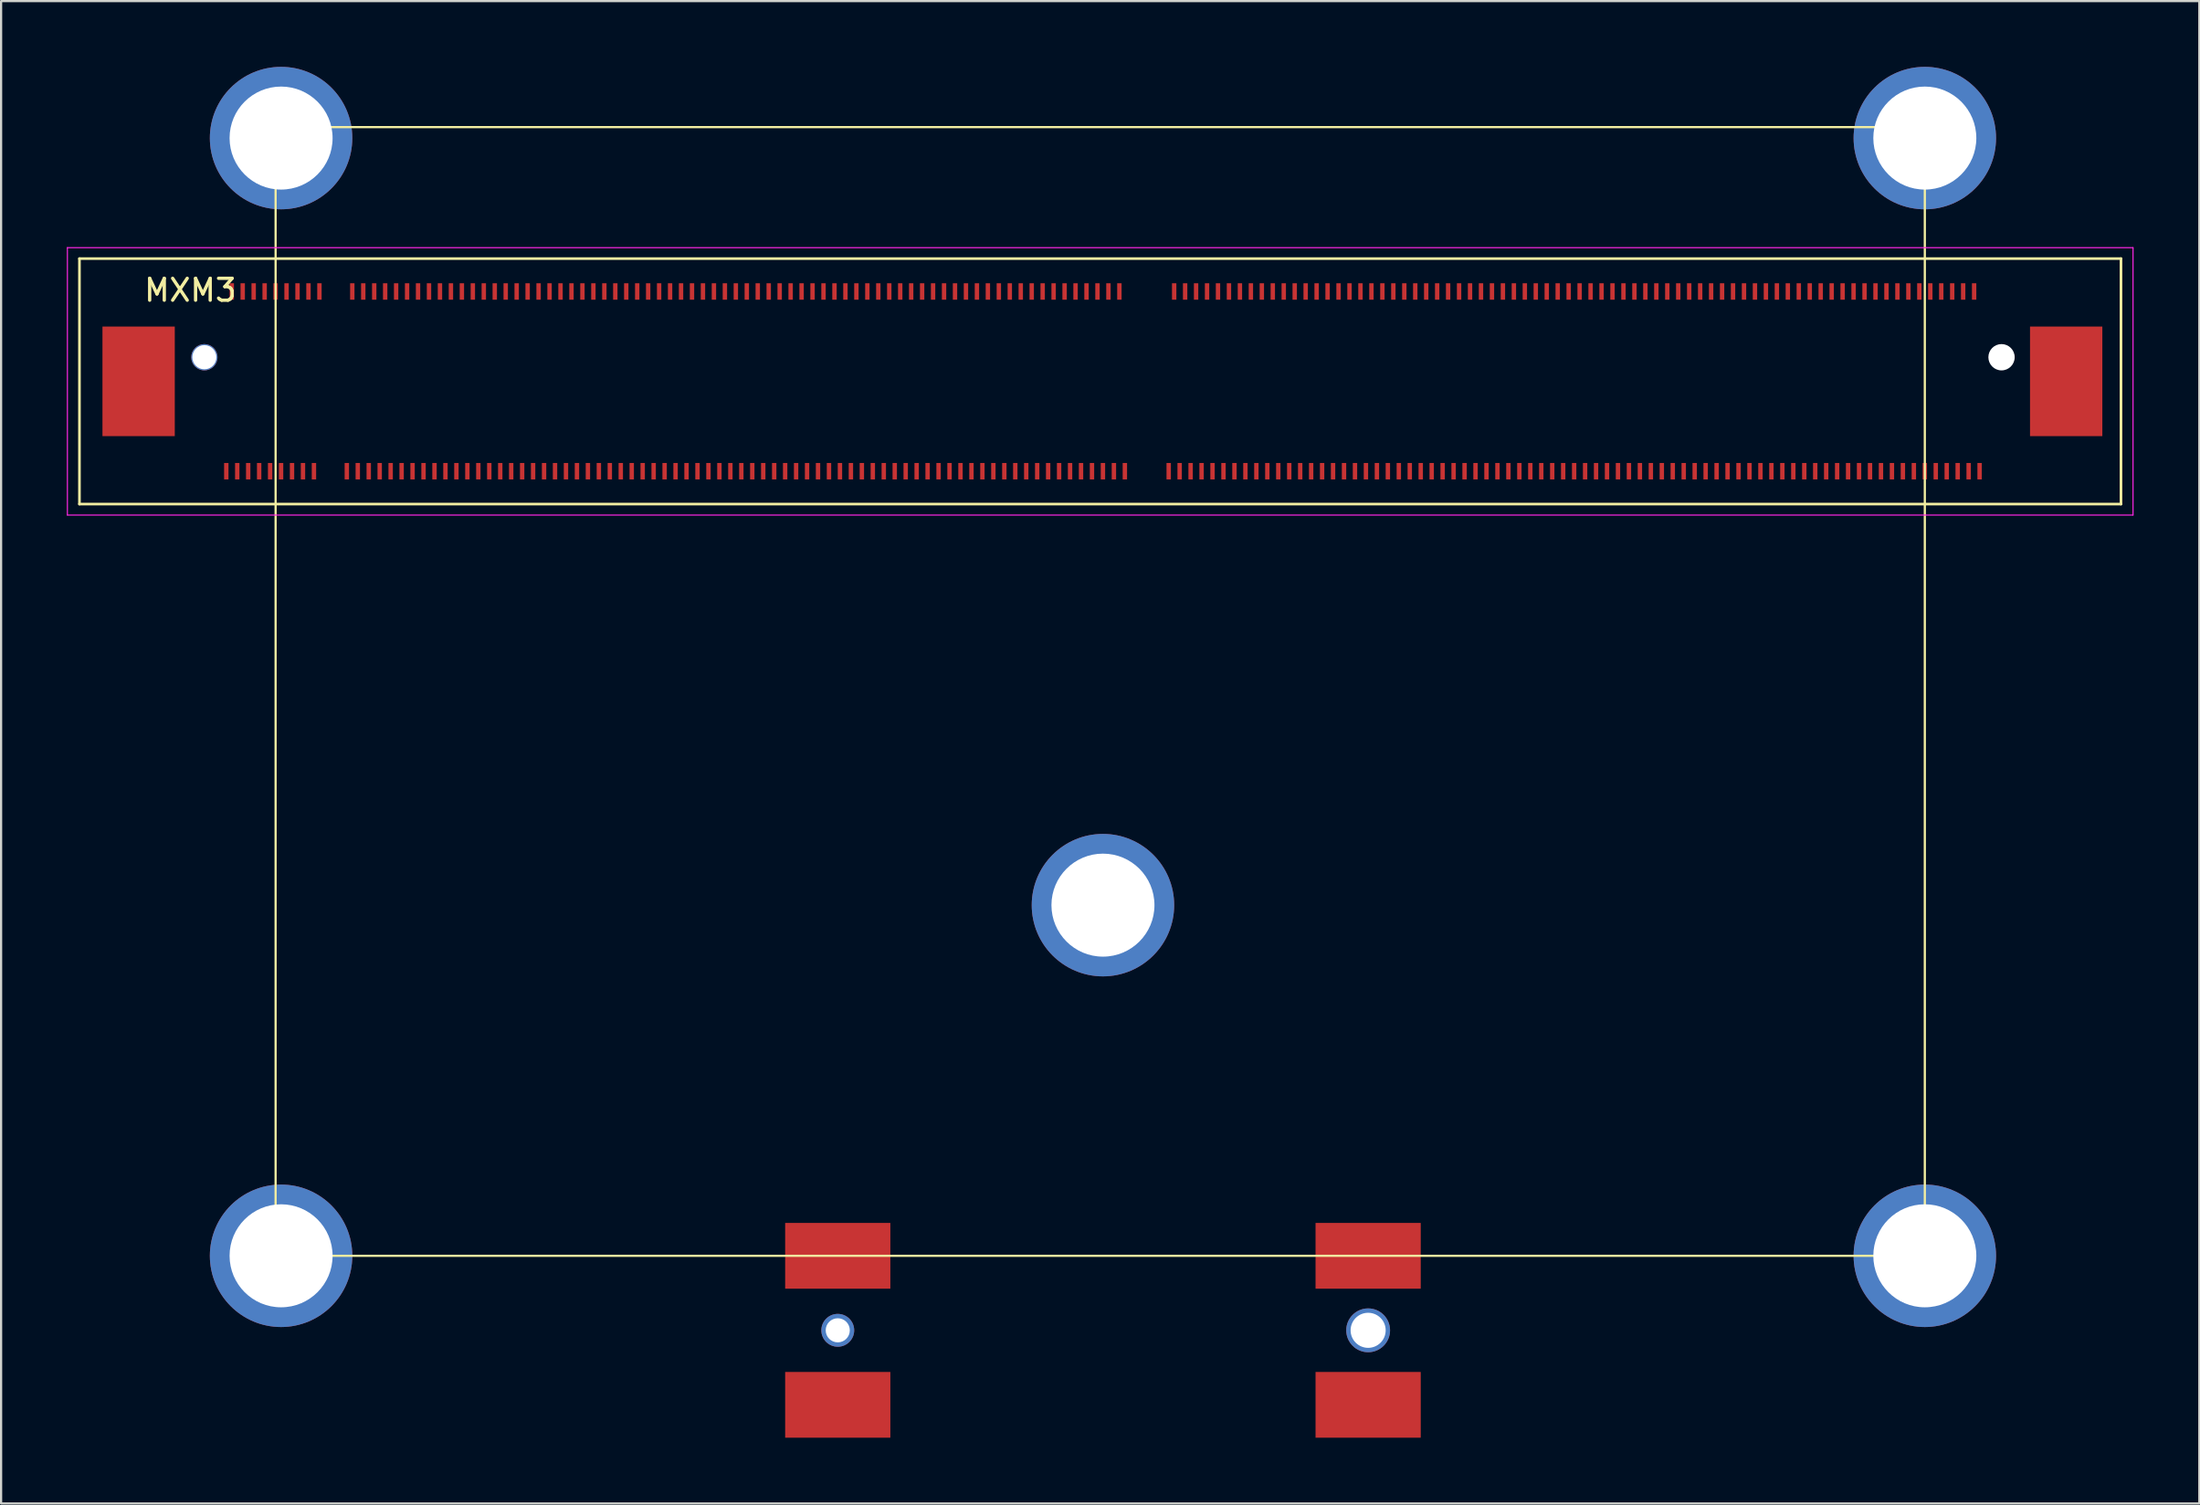
<source format=kicad_pcb>
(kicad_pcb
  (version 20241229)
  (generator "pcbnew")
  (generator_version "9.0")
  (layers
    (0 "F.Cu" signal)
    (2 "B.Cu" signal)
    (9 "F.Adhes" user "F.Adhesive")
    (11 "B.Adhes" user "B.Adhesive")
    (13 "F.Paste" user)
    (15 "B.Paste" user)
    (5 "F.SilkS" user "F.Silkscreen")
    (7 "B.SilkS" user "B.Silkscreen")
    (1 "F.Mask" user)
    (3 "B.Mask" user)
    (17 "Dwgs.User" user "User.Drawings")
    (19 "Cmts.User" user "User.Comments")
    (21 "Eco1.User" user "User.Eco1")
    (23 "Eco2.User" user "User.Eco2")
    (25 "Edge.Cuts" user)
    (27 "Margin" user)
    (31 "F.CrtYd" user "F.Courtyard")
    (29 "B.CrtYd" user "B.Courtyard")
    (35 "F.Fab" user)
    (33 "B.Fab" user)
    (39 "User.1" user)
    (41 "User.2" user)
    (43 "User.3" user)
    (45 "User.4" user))
  (footprint "MXM3"
    (layer "F.Cu")
    (at 7.025 10.25)
    (property "Reference" "MXM3" (at -1.389 -0.057 0) (layer "F.SilkS") (effects (font (size 1 1) (thickness 0.15))))
    (attr through_hole)
    (fp_line (start -6.45 -1.5) (end -6.45 9.7) (stroke (width 0.12) (type solid)) (layer "F.SilkS"))
    (fp_line (start -6.45 9.7) (end 86.7 9.7) (stroke (width 0.12) (type solid)) (layer "F.SilkS"))
    (fp_line (start 2.5 -7.5) (end 2.5 44) (stroke (width 0.1) (type solid)) (layer "F.SilkS"))
    (fp_line (start 2.75 44) (end 77.75 44) (stroke (width 0.1) (type solid)) (layer "F.SilkS"))
    (fp_line (start 77.75 -7.5) (end 2.5 -7.5) (stroke (width 0.1) (type solid)) (layer "F.SilkS"))
    (fp_line (start 77.75 44) (end 77.75 -7.5) (stroke (width 0.1) (type solid)) (layer "F.SilkS"))
    (fp_line (start 86.7 -1.5) (end -6.45 -1.5) (stroke (width 0.12) (type solid)) (layer "F.SilkS"))
    (fp_line (start 86.7 9.7) (end 86.7 -1.5) (stroke (width 0.12) (type solid)) (layer "F.SilkS"))
    (fp_line (start -7 -2) (end -7 10.2) (stroke (width 0.05) (type solid)) (layer "F.CrtYd"))
    (fp_line (start -7 10.2) (end 87.25 10.2) (stroke (width 0.05) (type solid)) (layer "F.CrtYd"))
    (fp_line (start 87.25 -2) (end -7 -2) (stroke (width 0.05) (type solid)) (layer "F.CrtYd"))
    (fp_line (start 87.25 10.2) (end 87.25 -2) (stroke (width 0.05) (type solid)) (layer "F.CrtYd"))
    (pad "" np_thru_hole circle (at -0.75 3) (size 1.2 1.2) (drill 1.1) (layers "*.Cu" "*.Mask"))
    (pad "" np_thru_hole circle (at 28.15 47.4) (size 1.5 1.5) (drill 1.1) (layers "*.Cu" "*.Mask"))
    (pad "" np_thru_hole circle (at 52.35 47.4) (size 2 2) (drill 1.6) (layers "*.Cu" "*.Mask"))
    (pad "" np_thru_hole circle (at 81.25 3) (size 1.2 1.2) (drill 1.6) (layers "*.Cu" "*.Mask"))
    (pad "0" smd rect (at -3.75 4.1) (size 3.3 5) (layers "F.Cu" "F.Mask" "F.Paste"))
    (pad "0" smd rect (at 84.2 4.1) (size 3.3 5) (layers "F.Cu" "F.Mask" "F.Paste"))
    (pad "1" smd rect (at 0.25 8.2) (size 0.2 0.75) (layers "F.Cu" "F.Mask" "F.Paste"))
    (pad "2" smd rect (at 0.5 0) (size 0.2 0.75) (layers "F.Cu" "F.Mask" "F.Paste"))
    (pad "3" smd rect (at 0.75 8.2) (size 0.2 0.75) (layers "F.Cu" "F.Mask" "F.Paste"))
    (pad "4" smd rect (at 1 0) (size 0.2 0.75) (layers "F.Cu" "F.Mask" "F.Paste"))
    (pad "5" smd rect (at 1.25 8.2) (size 0.2 0.75) (layers "F.Cu" "F.Mask" "F.Paste"))
    (pad "6" smd rect (at 1.5 0) (size 0.2 0.75) (layers "F.Cu" "F.Mask" "F.Paste"))
    (pad "7" smd rect (at 1.75 8.2) (size 0.2 0.75) (layers "F.Cu" "F.Mask" "F.Paste"))
    (pad "8" smd rect (at 2 0) (size 0.2 0.75) (layers "F.Cu" "F.Mask" "F.Paste"))
    (pad "9" smd rect (at 2.25 8.2) (size 0.2 0.75) (layers "F.Cu" "F.Mask" "F.Paste"))
    (pad "9" thru_hole circle (at 2.75 -7) (size 6.5 6.5) (drill 4.7) (layers "*.Cu" "*.Mask"))
    (pad "9" thru_hole circle (at 2.75 44) (size 6.5 6.5) (drill 4.7) (layers "*.Cu" "*.Mask"))
    (pad "9" thru_hole circle (at 40.25 28) (size 6.5 6.5) (drill 4.7) (layers "*.Cu" "*.Mask"))
    (pad "9" thru_hole circle (at 77.75 -7) (size 6.5 6.5) (drill 4.7) (layers "*.Cu" "*.Mask"))
    (pad "9" thru_hole circle (at 77.75 44) (size 6.5 6.5) (drill 4.7) (layers "*.Cu" "*.Mask"))
    (pad "10" smd rect (at 2.5 0) (size 0.2 0.75) (layers "F.Cu" "F.Mask" "F.Paste"))
    (pad "11" smd rect (at 2.75 8.2) (size 0.2 0.75) (layers "F.Cu" "F.Mask" "F.Paste"))
    (pad "12" smd rect (at 3 0) (size 0.2 0.75) (layers "F.Cu" "F.Mask" "F.Paste"))
    (pad "13" smd rect (at 3.25 8.2) (size 0.2 0.75) (layers "F.Cu" "F.Mask" "F.Paste"))
    (pad "14" smd rect (at 3.5 0) (size 0.2 0.75) (layers "F.Cu" "F.Mask" "F.Paste"))
    (pad "15" smd rect (at 3.75 8.2) (size 0.2 0.75) (layers "F.Cu" "F.Mask" "F.Paste"))
    (pad "16" smd rect (at 4 0) (size 0.2 0.75) (layers "F.Cu" "F.Mask" "F.Paste"))
    (pad "17" smd rect (at 4.25 8.2) (size 0.2 0.75) (layers "F.Cu" "F.Mask" "F.Paste"))
    (pad "18" smd rect (at 4.5 0) (size 0.2 0.75) (layers "F.Cu" "F.Mask" "F.Paste"))
    (pad "23" smd rect (at 5.75 8.2) (size 0.2 0.75) (layers "F.Cu" "F.Mask" "F.Paste"))
    (pad "24" smd rect (at 6 0) (size 0.2 0.75) (layers "F.Cu" "F.Mask" "F.Paste"))
    (pad "25" smd rect (at 6.25 8.2) (size 0.2 0.75) (layers "F.Cu" "F.Mask" "F.Paste"))
    (pad "26" smd rect (at 6.5 0) (size 0.2 0.75) (layers "F.Cu" "F.Mask" "F.Paste"))
    (pad "27" smd rect (at 6.75 8.2) (size 0.2 0.75) (layers "F.Cu" "F.Mask" "F.Paste"))
    (pad "28" smd rect (at 7 0) (size 0.2 0.75) (layers "F.Cu" "F.Mask" "F.Paste"))
    (pad "29" smd rect (at 7.25 8.2) (size 0.2 0.75) (layers "F.Cu" "F.Mask" "F.Paste"))
    (pad "30" smd rect (at 7.5 0) (size 0.2 0.75) (layers "F.Cu" "F.Mask" "F.Paste"))
    (pad "31" smd rect (at 7.75 8.2) (size 0.2 0.75) (layers "F.Cu" "F.Mask" "F.Paste"))
    (pad "32" smd rect (at 8 0) (size 0.2 0.75) (layers "F.Cu" "F.Mask" "F.Paste"))
    (pad "33" smd rect (at 8.25 8.2) (size 0.2 0.75) (layers "F.Cu" "F.Mask" "F.Paste"))
    (pad "34" smd rect (at 8.5 0) (size 0.2 0.75) (layers "F.Cu" "F.Mask" "F.Paste"))
    (pad "35" smd rect (at 8.75 8.2) (size 0.2 0.75) (layers "F.Cu" "F.Mask" "F.Paste"))
    (pad "36" smd rect (at 9 0) (size 0.2 0.75) (layers "F.Cu" "F.Mask" "F.Paste"))
    (pad "37" smd rect (at 9.25 8.2) (size 0.2 0.75) (layers "F.Cu" "F.Mask" "F.Paste"))
    (pad "38" smd rect (at 9.5 0) (size 0.2 0.75) (layers "F.Cu" "F.Mask" "F.Paste"))
    (pad "39" smd rect (at 9.75 8.2) (size 0.2 0.75) (layers "F.Cu" "F.Mask" "F.Paste"))
    (pad "40" smd rect (at 10 0) (size 0.2 0.75) (layers "F.Cu" "F.Mask" "F.Paste"))
    (pad "41" smd rect (at 10.25 8.2) (size 0.2 0.75) (layers "F.Cu" "F.Mask" "F.Paste"))
    (pad "42" smd rect (at 10.5 0) (size 0.2 0.75) (layers "F.Cu" "F.Mask" "F.Paste"))
    (pad "43" smd rect (at 10.75 8.2) (size 0.2 0.75) (layers "F.Cu" "F.Mask" "F.Paste"))
    (pad "44" smd rect (at 11 0) (size 0.2 0.75) (layers "F.Cu" "F.Mask" "F.Paste"))
    (pad "45" smd rect (at 11.25 8.2) (size 0.2 0.75) (layers "F.Cu" "F.Mask" "F.Paste"))
    (pad "46" smd rect (at 11.5 0) (size 0.2 0.75) (layers "F.Cu" "F.Mask" "F.Paste"))
    (pad "47" smd rect (at 11.75 8.2) (size 0.2 0.75) (layers "F.Cu" "F.Mask" "F.Paste"))
    (pad "48" smd rect (at 12 0) (size 0.2 0.75) (layers "F.Cu" "F.Mask" "F.Paste"))
    (pad "49" smd rect (at 12.25 8.2) (size 0.2 0.75) (layers "F.Cu" "F.Mask" "F.Paste"))
    (pad "50" smd rect (at 12.5 0) (size 0.2 0.75) (layers "F.Cu" "F.Mask" "F.Paste"))
    (pad "51" smd rect (at 12.75 8.2) (size 0.2 0.75) (layers "F.Cu" "F.Mask" "F.Paste"))
    (pad "52" smd rect (at 13 0) (size 0.2 0.75) (layers "F.Cu" "F.Mask" "F.Paste"))
    (pad "53" smd rect (at 13.25 8.2) (size 0.2 0.75) (layers "F.Cu" "F.Mask" "F.Paste"))
    (pad "54" smd rect (at 13.5 0) (size 0.2 0.75) (layers "F.Cu" "F.Mask" "F.Paste"))
    (pad "55" smd rect (at 13.75 8.2) (size 0.2 0.75) (layers "F.Cu" "F.Mask" "F.Paste"))
    (pad "56" smd rect (at 14 0) (size 0.2 0.75) (layers "F.Cu" "F.Mask" "F.Paste"))
    (pad "57" smd rect (at 14.25 8.2) (size 0.2 0.75) (layers "F.Cu" "F.Mask" "F.Paste"))
    (pad "58" smd rect (at 14.5 0) (size 0.2 0.75) (layers "F.Cu" "F.Mask" "F.Paste"))
    (pad "59" smd rect (at 14.75 8.2) (size 0.2 0.75) (layers "F.Cu" "F.Mask" "F.Paste"))
    (pad "60" smd rect (at 15 0) (size 0.2 0.75) (layers "F.Cu" "F.Mask" "F.Paste"))
    (pad "61" smd rect (at 15.25 8.2) (size 0.2 0.75) (layers "F.Cu" "F.Mask" "F.Paste"))
    (pad "62" smd rect (at 15.5 0) (size 0.2 0.75) (layers "F.Cu" "F.Mask" "F.Paste"))
    (pad "63" smd rect (at 15.75 8.2) (size 0.2 0.75) (layers "F.Cu" "F.Mask" "F.Paste"))
    (pad "64" smd rect (at 16 0) (size 0.2 0.75) (layers "F.Cu" "F.Mask" "F.Paste"))
    (pad "65" smd rect (at 16.25 8.2) (size 0.2 0.75) (layers "F.Cu" "F.Mask" "F.Paste"))
    (pad "66" smd rect (at 16.5 0) (size 0.2 0.75) (layers "F.Cu" "F.Mask" "F.Paste"))
    (pad "67" smd rect (at 16.75 8.2) (size 0.2 0.75) (layers "F.Cu" "F.Mask" "F.Paste"))
    (pad "68" smd rect (at 17 0) (size 0.2 0.75) (layers "F.Cu" "F.Mask" "F.Paste"))
    (pad "69" smd rect (at 17.25 8.2) (size 0.2 0.75) (layers "F.Cu" "F.Mask" "F.Paste"))
    (pad "70" smd rect (at 17.5 0) (size 0.2 0.75) (layers "F.Cu" "F.Mask" "F.Paste"))
    (pad "71" smd rect (at 17.75 8.2) (size 0.2 0.75) (layers "F.Cu" "F.Mask" "F.Paste"))
    (pad "72" smd rect (at 18 0) (size 0.2 0.75) (layers "F.Cu" "F.Mask" "F.Paste"))
    (pad "73" smd rect (at 18.25 8.2) (size 0.2 0.75) (layers "F.Cu" "F.Mask" "F.Paste"))
    (pad "74" smd rect (at 18.5 0) (size 0.2 0.75) (layers "F.Cu" "F.Mask" "F.Paste"))
    (pad "75" smd rect (at 18.75 8.2) (size 0.2 0.75) (layers "F.Cu" "F.Mask" "F.Paste"))
    (pad "76" smd rect (at 19 0) (size 0.2 0.75) (layers "F.Cu" "F.Mask" "F.Paste"))
    (pad "77" smd rect (at 19.25 8.2) (size 0.2 0.75) (layers "F.Cu" "F.Mask" "F.Paste"))
    (pad "78" smd rect (at 19.5 0) (size 0.2 0.75) (layers "F.Cu" "F.Mask" "F.Paste"))
    (pad "79" smd rect (at 19.75 8.2) (size 0.2 0.75) (layers "F.Cu" "F.Mask" "F.Paste"))
    (pad "80" smd rect (at 20 0) (size 0.2 0.75) (layers "F.Cu" "F.Mask" "F.Paste"))
    (pad "81" smd rect (at 20.25 8.2) (size 0.2 0.75) (layers "F.Cu" "F.Mask" "F.Paste"))
    (pad "82" smd rect (at 20.5 0) (size 0.2 0.75) (layers "F.Cu" "F.Mask" "F.Paste"))
    (pad "83" smd rect (at 20.75 8.2) (size 0.2 0.75) (layers "F.Cu" "F.Mask" "F.Paste"))
    (pad "84" smd rect (at 21 0) (size 0.2 0.75) (layers "F.Cu" "F.Mask" "F.Paste"))
    (pad "85" smd rect (at 21.25 8.2) (size 0.2 0.75) (layers "F.Cu" "F.Mask" "F.Paste"))
    (pad "86" smd rect (at 21.5 0) (size 0.2 0.75) (layers "F.Cu" "F.Mask" "F.Paste"))
    (pad "87" smd rect (at 21.75 8.2) (size 0.2 0.75) (layers "F.Cu" "F.Mask" "F.Paste"))
    (pad "88" smd rect (at 22 0) (size 0.2 0.75) (layers "F.Cu" "F.Mask" "F.Paste"))
    (pad "89" smd rect (at 22.25 8.2) (size 0.2 0.75) (layers "F.Cu" "F.Mask" "F.Paste"))
    (pad "90" smd rect (at 22.5 0) (size 0.2 0.75) (layers "F.Cu" "F.Mask" "F.Paste"))
    (pad "91" smd rect (at 22.75 8.2) (size 0.2 0.75) (layers "F.Cu" "F.Mask" "F.Paste"))
    (pad "92" smd rect (at 23 0) (size 0.2 0.75) (layers "F.Cu" "F.Mask" "F.Paste"))
    (pad "93" smd rect (at 23.25 8.2) (size 0.2 0.75) (layers "F.Cu" "F.Mask" "F.Paste"))
    (pad "94" smd rect (at 23.5 0) (size 0.2 0.75) (layers "F.Cu" "F.Mask" "F.Paste"))
    (pad "95" smd rect (at 23.75 8.2) (size 0.2 0.75) (layers "F.Cu" "F.Mask" "F.Paste"))
    (pad "96" smd rect (at 24 0) (size 0.2 0.75) (layers "F.Cu" "F.Mask" "F.Paste"))
    (pad "97" smd rect (at 24.25 8.2) (size 0.2 0.75) (layers "F.Cu" "F.Mask" "F.Paste"))
    (pad "98" smd rect (at 24.5 0) (size 0.2 0.75) (layers "F.Cu" "F.Mask" "F.Paste"))
    (pad "99" smd rect (at 24.75 8.2) (size 0.2 0.75) (layers "F.Cu" "F.Mask" "F.Paste"))
    (pad "100" smd rect (at 25 0) (size 0.2 0.75) (layers "F.Cu" "F.Mask" "F.Paste"))
    (pad "101" smd rect (at 25.25 8.2) (size 0.2 0.75) (layers "F.Cu" "F.Mask" "F.Paste"))
    (pad "102" smd rect (at 25.5 0) (size 0.2 0.75) (layers "F.Cu" "F.Mask" "F.Paste"))
    (pad "103" smd rect (at 25.75 8.2) (size 0.2 0.75) (layers "F.Cu" "F.Mask" "F.Paste"))
    (pad "104" smd rect (at 26 0) (size 0.2 0.75) (layers "F.Cu" "F.Mask" "F.Paste"))
    (pad "105" smd rect (at 26.25 8.2) (size 0.2 0.75) (layers "F.Cu" "F.Mask" "F.Paste"))
    (pad "106" smd rect (at 26.5 0) (size 0.2 0.75) (layers "F.Cu" "F.Mask" "F.Paste"))
    (pad "107" smd rect (at 26.75 8.2) (size 0.2 0.75) (layers "F.Cu" "F.Mask" "F.Paste"))
    (pad "108" smd rect (at 27 0) (size 0.2 0.75) (layers "F.Cu" "F.Mask" "F.Paste"))
    (pad "109" smd rect (at 27.25 8.2) (size 0.2 0.75) (layers "F.Cu" "F.Mask" "F.Paste"))
    (pad "110" smd rect (at 27.5 0) (size 0.2 0.75) (layers "F.Cu" "F.Mask" "F.Paste"))
    (pad "111" smd rect (at 27.75 8.2) (size 0.2 0.75) (layers "F.Cu" "F.Mask" "F.Paste"))
    (pad "112" smd rect (at 28 0) (size 0.2 0.75) (layers "F.Cu" "F.Mask" "F.Paste"))
    (pad "113" smd rect (at 28.25 8.2) (size 0.2 0.75) (layers "F.Cu" "F.Mask" "F.Paste"))
    (pad "114" smd rect (at 28.5 0) (size 0.2 0.75) (layers "F.Cu" "F.Mask" "F.Paste"))
    (pad "115" smd rect (at 28.75 8.2) (size 0.2 0.75) (layers "F.Cu" "F.Mask" "F.Paste"))
    (pad "116" smd rect (at 29 0) (size 0.2 0.75) (layers "F.Cu" "F.Mask" "F.Paste"))
    (pad "117" smd rect (at 29.25 8.2) (size 0.2 0.75) (layers "F.Cu" "F.Mask" "F.Paste"))
    (pad "118" smd rect (at 29.5 0) (size 0.2 0.75) (layers "F.Cu" "F.Mask" "F.Paste"))
    (pad "119" smd rect (at 29.75 8.2) (size 0.2 0.75) (layers "F.Cu" "F.Mask" "F.Paste"))
    (pad "120" smd rect (at 30 0) (size 0.2 0.75) (layers "F.Cu" "F.Mask" "F.Paste"))
    (pad "121" smd rect (at 30.25 8.2) (size 0.2 0.75) (layers "F.Cu" "F.Mask" "F.Paste"))
    (pad "122" smd rect (at 30.5 0) (size 0.2 0.75) (layers "F.Cu" "F.Mask" "F.Paste"))
    (pad "123" smd rect (at 30.75 8.2) (size 0.2 0.75) (layers "F.Cu" "F.Mask" "F.Paste"))
    (pad "124" smd rect (at 31 0) (size 0.2 0.75) (layers "F.Cu" "F.Mask" "F.Paste"))
    (pad "125" smd rect (at 31.25 8.2) (size 0.2 0.75) (layers "F.Cu" "F.Mask" "F.Paste"))
    (pad "126" smd rect (at 31.5 0) (size 0.2 0.75) (layers "F.Cu" "F.Mask" "F.Paste"))
    (pad "127" smd rect (at 31.75 8.2) (size 0.2 0.75) (layers "F.Cu" "F.Mask" "F.Paste"))
    (pad "128" smd rect (at 32 0) (size 0.2 0.75) (layers "F.Cu" "F.Mask" "F.Paste"))
    (pad "129" smd rect (at 32.25 8.2) (size 0.2 0.75) (layers "F.Cu" "F.Mask" "F.Paste"))
    (pad "130" smd rect (at 32.5 0) (size 0.2 0.75) (layers "F.Cu" "F.Mask" "F.Paste"))
    (pad "131" smd rect (at 32.75 8.2) (size 0.2 0.75) (layers "F.Cu" "F.Mask" "F.Paste"))
    (pad "132" smd rect (at 33 0) (size 0.2 0.75) (layers "F.Cu" "F.Mask" "F.Paste"))
    (pad "133" smd rect (at 33.25 8.2) (size 0.2 0.75) (layers "F.Cu" "F.Mask" "F.Paste"))
    (pad "134" smd rect (at 33.5 0) (size 0.2 0.75) (layers "F.Cu" "F.Mask" "F.Paste"))
    (pad "135" smd rect (at 33.75 8.2) (size 0.2 0.75) (layers "F.Cu" "F.Mask" "F.Paste"))
    (pad "136" smd rect (at 34 0) (size 0.2 0.75) (layers "F.Cu" "F.Mask" "F.Paste"))
    (pad "137" smd rect (at 34.25 8.2) (size 0.2 0.75) (layers "F.Cu" "F.Mask" "F.Paste"))
    (pad "138" smd rect (at 34.5 0) (size 0.2 0.75) (layers "F.Cu" "F.Mask" "F.Paste"))
    (pad "139" smd rect (at 34.75 8.2) (size 0.2 0.75) (layers "F.Cu" "F.Mask" "F.Paste"))
    (pad "140" smd rect (at 35 0) (size 0.2 0.75) (layers "F.Cu" "F.Mask" "F.Paste"))
    (pad "141" smd rect (at 35.25 8.2) (size 0.2 0.75) (layers "F.Cu" "F.Mask" "F.Paste"))
    (pad "142" smd rect (at 35.5 0) (size 0.2 0.75) (layers "F.Cu" "F.Mask" "F.Paste"))
    (pad "143" smd rect (at 35.75 8.2) (size 0.2 0.75) (layers "F.Cu" "F.Mask" "F.Paste"))
    (pad "144" smd rect (at 36 0) (size 0.2 0.75) (layers "F.Cu" "F.Mask" "F.Paste"))
    (pad "145" smd rect (at 36.25 8.2) (size 0.2 0.75) (layers "F.Cu" "F.Mask" "F.Paste"))
    (pad "146" smd rect (at 36.5 0) (size 0.2 0.75) (layers "F.Cu" "F.Mask" "F.Paste"))
    (pad "147" smd rect (at 36.75 8.2) (size 0.2 0.75) (layers "F.Cu" "F.Mask" "F.Paste"))
    (pad "148" smd rect (at 37 0) (size 0.2 0.75) (layers "F.Cu" "F.Mask" "F.Paste"))
    (pad "149" smd rect (at 37.25 8.2) (size 0.2 0.75) (layers "F.Cu" "F.Mask" "F.Paste"))
    (pad "150" smd rect (at 37.5 0) (size 0.2 0.75) (layers "F.Cu" "F.Mask" "F.Paste"))
    (pad "151" smd rect (at 37.75 8.2) (size 0.2 0.75) (layers "F.Cu" "F.Mask" "F.Paste"))
    (pad "152" smd rect (at 38 0) (size 0.2 0.75) (layers "F.Cu" "F.Mask" "F.Paste"))
    (pad "153" smd rect (at 38.25 8.2) (size 0.2 0.75) (layers "F.Cu" "F.Mask" "F.Paste"))
    (pad "154" smd rect (at 38.5 0) (size 0.2 0.75) (layers "F.Cu" "F.Mask" "F.Paste"))
    (pad "155" smd rect (at 38.75 8.2) (size 0.2 0.75) (layers "F.Cu" "F.Mask" "F.Paste"))
    (pad "156" smd rect (at 39 0) (size 0.2 0.75) (layers "F.Cu" "F.Mask" "F.Paste"))
    (pad "157" smd rect (at 39.25 8.2) (size 0.2 0.75) (layers "F.Cu" "F.Mask" "F.Paste"))
    (pad "158" smd rect (at 39.5 0) (size 0.2 0.75) (layers "F.Cu" "F.Mask" "F.Paste"))
    (pad "159" smd rect (at 39.75 8.2) (size 0.2 0.75) (layers "F.Cu" "F.Mask" "F.Paste"))
    (pad "160" smd rect (at 40 0) (size 0.2 0.75) (layers "F.Cu" "F.Mask" "F.Paste"))
    (pad "161" smd rect (at 40.25 8.2) (size 0.2 0.75) (layers "F.Cu" "F.Mask" "F.Paste"))
    (pad "162" smd rect (at 40.5 0) (size 0.2 0.75) (layers "F.Cu" "F.Mask" "F.Paste"))
    (pad "163" smd rect (at 40.75 8.2) (size 0.2 0.75) (layers "F.Cu" "F.Mask" "F.Paste"))
    (pad "164" smd rect (at 41 0) (size 0.2 0.75) (layers "F.Cu" "F.Mask" "F.Paste"))
    (pad "165" smd rect (at 41.25 8.2) (size 0.2 0.75) (layers "F.Cu" "F.Mask" "F.Paste"))
    (pad "167" smd rect (at 52.35 44) (size 4.8 3) (layers "F.Cu" "F.Mask" "F.Paste"))
    (pad "168" smd rect (at 28.15 50.8) (size 4.8 3) (layers "F.Cu" "F.Mask" "F.Paste"))
    (pad "169" smd rect (at 28.15 44) (size 4.8 3) (layers "F.Cu" "F.Mask" "F.Paste"))
    (pad "170" smd rect (at 52.35 50.8) (size 4.8 3) (layers "F.Cu" "F.Mask" "F.Paste"))
    (pad "173" smd rect (at 43.25 8.2) (size 0.2 0.75) (layers "F.Cu" "F.Mask" "F.Paste"))
    (pad "174" smd rect (at 43.5 0) (size 0.2 0.75) (layers "F.Cu" "F.Mask" "F.Paste"))
    (pad "175" smd rect (at 43.75 8.2) (size 0.2 0.75) (layers "F.Cu" "F.Mask" "F.Paste"))
    (pad "176" smd rect (at 44 0) (size 0.2 0.75) (layers "F.Cu" "F.Mask" "F.Paste"))
    (pad "177" smd rect (at 44.25 8.2) (size 0.2 0.75) (layers "F.Cu" "F.Mask" "F.Paste"))
    (pad "178" smd rect (at 44.5 0) (size 0.2 0.75) (layers "F.Cu" "F.Mask" "F.Paste"))
    (pad "179" smd rect (at 44.75 8.2) (size 0.2 0.75) (layers "F.Cu" "F.Mask" "F.Paste"))
    (pad "180" smd rect (at 45 0) (size 0.2 0.75) (layers "F.Cu" "F.Mask" "F.Paste"))
    (pad "181" smd rect (at 45.25 8.2) (size 0.2 0.75) (layers "F.Cu" "F.Mask" "F.Paste"))
    (pad "182" smd rect (at 45.5 0) (size 0.2 0.75) (layers "F.Cu" "F.Mask" "F.Paste"))
    (pad "183" smd rect (at 45.75 8.2) (size 0.2 0.75) (layers "F.Cu" "F.Mask" "F.Paste"))
    (pad "184" smd rect (at 46 0) (size 0.2 0.75) (layers "F.Cu" "F.Mask" "F.Paste"))
    (pad "185" smd rect (at 46.25 8.2) (size 0.2 0.75) (layers "F.Cu" "F.Mask" "F.Paste"))
    (pad "186" smd rect (at 46.5 0) (size 0.2 0.75) (layers "F.Cu" "F.Mask" "F.Paste"))
    (pad "187" smd rect (at 46.75 8.2) (size 0.2 0.75) (layers "F.Cu" "F.Mask" "F.Paste"))
    (pad "188" smd rect (at 47 0) (size 0.2 0.75) (layers "F.Cu" "F.Mask" "F.Paste"))
    (pad "189" smd rect (at 47.25 8.2) (size 0.2 0.75) (layers "F.Cu" "F.Mask" "F.Paste"))
    (pad "190" smd rect (at 47.5 0) (size 0.2 0.75) (layers "F.Cu" "F.Mask" "F.Paste"))
    (pad "191" smd rect (at 47.75 8.2) (size 0.2 0.75) (layers "F.Cu" "F.Mask" "F.Paste"))
    (pad "192" smd rect (at 48 0) (size 0.2 0.75) (layers "F.Cu" "F.Mask" "F.Paste"))
    (pad "193" smd rect (at 48.25 8.2) (size 0.2 0.75) (layers "F.Cu" "F.Mask" "F.Paste"))
    (pad "194" smd rect (at 48.5 0) (size 0.2 0.75) (layers "F.Cu" "F.Mask" "F.Paste"))
    (pad "195" smd rect (at 48.75 8.2) (size 0.2 0.75) (layers "F.Cu" "F.Mask" "F.Paste"))
    (pad "196" smd rect (at 49 0) (size 0.2 0.75) (layers "F.Cu" "F.Mask" "F.Paste"))
    (pad "197" smd rect (at 49.25 8.2) (size 0.2 0.75) (layers "F.Cu" "F.Mask" "F.Paste"))
    (pad "198" smd rect (at 49.5 0) (size 0.2 0.75) (layers "F.Cu" "F.Mask" "F.Paste"))
    (pad "199" smd rect (at 49.75 8.2) (size 0.2 0.75) (layers "F.Cu" "F.Mask" "F.Paste"))
    (pad "200" smd rect (at 50 0) (size 0.2 0.75) (layers "F.Cu" "F.Mask" "F.Paste"))
    (pad "201" smd rect (at 50.25 8.2) (size 0.2 0.75) (layers "F.Cu" "F.Mask" "F.Paste"))
    (pad "202" smd rect (at 50.5 0) (size 0.2 0.75) (layers "F.Cu" "F.Mask" "F.Paste"))
    (pad "203" smd rect (at 50.75 8.2) (size 0.2 0.75) (layers "F.Cu" "F.Mask" "F.Paste"))
    (pad "204" smd rect (at 51 0) (size 0.2 0.75) (layers "F.Cu" "F.Mask" "F.Paste"))
    (pad "205" smd rect (at 51.25 8.2) (size 0.2 0.75) (layers "F.Cu" "F.Mask" "F.Paste"))
    (pad "206" smd rect (at 51.5 0) (size 0.2 0.75) (layers "F.Cu" "F.Mask" "F.Paste"))
    (pad "207" smd rect (at 51.75 8.2) (size 0.2 0.75) (layers "F.Cu" "F.Mask" "F.Paste"))
    (pad "208" smd rect (at 52 0) (size 0.2 0.75) (layers "F.Cu" "F.Mask" "F.Paste"))
    (pad "209" smd rect (at 52.25 8.2) (size 0.2 0.75) (layers "F.Cu" "F.Mask" "F.Paste"))
    (pad "210" smd rect (at 52.5 0) (size 0.2 0.75) (layers "F.Cu" "F.Mask" "F.Paste"))
    (pad "211" smd rect (at 52.75 8.2) (size 0.2 0.75) (layers "F.Cu" "F.Mask" "F.Paste"))
    (pad "212" smd rect (at 53 0) (size 0.2 0.75) (layers "F.Cu" "F.Mask" "F.Paste"))
    (pad "213" smd rect (at 53.25 8.2) (size 0.2 0.75) (layers "F.Cu" "F.Mask" "F.Paste"))
    (pad "214" smd rect (at 53.5 0) (size 0.2 0.75) (layers "F.Cu" "F.Mask" "F.Paste"))
    (pad "215" smd rect (at 53.75 8.2) (size 0.2 0.75) (layers "F.Cu" "F.Mask" "F.Paste"))
    (pad "216" smd rect (at 54 0) (size 0.2 0.75) (layers "F.Cu" "F.Mask" "F.Paste"))
    (pad "217" smd rect (at 54.25 8.2) (size 0.2 0.75) (layers "F.Cu" "F.Mask" "F.Paste"))
    (pad "218" smd rect (at 54.5 0) (size 0.2 0.75) (layers "F.Cu" "F.Mask" "F.Paste"))
    (pad "219" smd rect (at 54.75 8.2) (size 0.2 0.75) (layers "F.Cu" "F.Mask" "F.Paste"))
    (pad "220" smd rect (at 55 0) (size 0.2 0.75) (layers "F.Cu" "F.Mask" "F.Paste"))
    (pad "221" smd rect (at 55.25 8.2) (size 0.2 0.75) (layers "F.Cu" "F.Mask" "F.Paste"))
    (pad "222" smd rect (at 55.5 0) (size 0.2 0.75) (layers "F.Cu" "F.Mask" "F.Paste"))
    (pad "223" smd rect (at 55.75 8.2) (size 0.2 0.75) (layers "F.Cu" "F.Mask" "F.Paste"))
    (pad "224" smd rect (at 56 0) (size 0.2 0.75) (layers "F.Cu" "F.Mask" "F.Paste"))
    (pad "225" smd rect (at 56.25 8.2) (size 0.2 0.75) (layers "F.Cu" "F.Mask" "F.Paste"))
    (pad "226" smd rect (at 56.5 0) (size 0.2 0.75) (layers "F.Cu" "F.Mask" "F.Paste"))
    (pad "227" smd rect (at 56.75 8.2) (size 0.2 0.75) (layers "F.Cu" "F.Mask" "F.Paste"))
    (pad "228" smd rect (at 57 0) (size 0.2 0.75) (layers "F.Cu" "F.Mask" "F.Paste"))
    (pad "229" smd rect (at 57.25 8.2) (size 0.2 0.75) (layers "F.Cu" "F.Mask" "F.Paste"))
    (pad "230" smd rect (at 57.5 0) (size 0.2 0.75) (layers "F.Cu" "F.Mask" "F.Paste"))
    (pad "231" smd rect (at 57.75 8.2) (size 0.2 0.75) (layers "F.Cu" "F.Mask" "F.Paste"))
    (pad "232" smd rect (at 58 0) (size 0.2 0.75) (layers "F.Cu" "F.Mask" "F.Paste"))
    (pad "233" smd rect (at 58.25 8.2) (size 0.2 0.75) (layers "F.Cu" "F.Mask" "F.Paste"))
    (pad "234" smd rect (at 58.5 0) (size 0.2 0.75) (layers "F.Cu" "F.Mask" "F.Paste"))
    (pad "235" smd rect (at 58.75 8.2) (size 0.2 0.75) (layers "F.Cu" "F.Mask" "F.Paste"))
    (pad "236" smd rect (at 59 0) (size 0.2 0.75) (layers "F.Cu" "F.Mask" "F.Paste"))
    (pad "237" smd rect (at 59.25 8.2) (size 0.2 0.75) (layers "F.Cu" "F.Mask" "F.Paste"))
    (pad "238" smd rect (at 59.5 0) (size 0.2 0.75) (layers "F.Cu" "F.Mask" "F.Paste"))
    (pad "239" smd rect (at 59.75 8.2) (size 0.2 0.75) (layers "F.Cu" "F.Mask" "F.Paste"))
    (pad "240" smd rect (at 60 0) (size 0.2 0.75) (layers "F.Cu" "F.Mask" "F.Paste"))
    (pad "241" smd rect (at 60.25 8.2) (size 0.2 0.75) (layers "F.Cu" "F.Mask" "F.Paste"))
    (pad "242" smd rect (at 60.5 0) (size 0.2 0.75) (layers "F.Cu" "F.Mask" "F.Paste"))
    (pad "243" smd rect (at 60.75 8.2) (size 0.2 0.75) (layers "F.Cu" "F.Mask" "F.Paste"))
    (pad "244" smd rect (at 61 0) (size 0.2 0.75) (layers "F.Cu" "F.Mask" "F.Paste"))
    (pad "245" smd rect (at 61.25 8.2) (size 0.2 0.75) (layers "F.Cu" "F.Mask" "F.Paste"))
    (pad "246" smd rect (at 61.5 0) (size 0.2 0.75) (layers "F.Cu" "F.Mask" "F.Paste"))
    (pad "247" smd rect (at 61.75 8.2) (size 0.2 0.75) (layers "F.Cu" "F.Mask" "F.Paste"))
    (pad "248" smd rect (at 62 0) (size 0.2 0.75) (layers "F.Cu" "F.Mask" "F.Paste"))
    (pad "249" smd rect (at 62.25 8.2) (size 0.2 0.75) (layers "F.Cu" "F.Mask" "F.Paste"))
    (pad "250" smd rect (at 62.5 0) (size 0.2 0.75) (layers "F.Cu" "F.Mask" "F.Paste"))
    (pad "251" smd rect (at 62.75 8.2) (size 0.2 0.75) (layers "F.Cu" "F.Mask" "F.Paste"))
    (pad "252" smd rect (at 63 0) (size 0.2 0.75) (layers "F.Cu" "F.Mask" "F.Paste"))
    (pad "253" smd rect (at 63.25 8.2) (size 0.2 0.75) (layers "F.Cu" "F.Mask" "F.Paste"))
    (pad "254" smd rect (at 63.5 0) (size 0.2 0.75) (layers "F.Cu" "F.Mask" "F.Paste"))
    (pad "255" smd rect (at 63.75 8.2) (size 0.2 0.75) (layers "F.Cu" "F.Mask" "F.Paste"))
    (pad "256" smd rect (at 64 0) (size 0.2 0.75) (layers "F.Cu" "F.Mask" "F.Paste"))
    (pad "257" smd rect (at 64.25 8.2) (size 0.2 0.75) (layers "F.Cu" "F.Mask" "F.Paste"))
    (pad "258" smd rect (at 64.5 0) (size 0.2 0.75) (layers "F.Cu" "F.Mask" "F.Paste"))
    (pad "259" smd rect (at 64.75 8.2) (size 0.2 0.75) (layers "F.Cu" "F.Mask" "F.Paste"))
    (pad "260" smd rect (at 65 0) (size 0.2 0.75) (layers "F.Cu" "F.Mask" "F.Paste"))
    (pad "261" smd rect (at 65.25 8.2) (size 0.2 0.75) (layers "F.Cu" "F.Mask" "F.Paste"))
    (pad "262" smd rect (at 65.5 0) (size 0.2 0.75) (layers "F.Cu" "F.Mask" "F.Paste"))
    (pad "263" smd rect (at 65.75 8.2) (size 0.2 0.75) (layers "F.Cu" "F.Mask" "F.Paste"))
    (pad "264" smd rect (at 66 0) (size 0.2 0.75) (layers "F.Cu" "F.Mask" "F.Paste"))
    (pad "265" smd rect (at 66.25 8.2) (size 0.2 0.75) (layers "F.Cu" "F.Mask" "F.Paste"))
    (pad "266" smd rect (at 66.5 0) (size 0.2 0.75) (layers "F.Cu" "F.Mask" "F.Paste"))
    (pad "267" smd rect (at 66.75 8.2) (size 0.2 0.75) (layers "F.Cu" "F.Mask" "F.Paste"))
    (pad "268" smd rect (at 67 0) (size 0.2 0.75) (layers "F.Cu" "F.Mask" "F.Paste"))
    (pad "269" smd rect (at 67.25 8.2) (size 0.2 0.75) (layers "F.Cu" "F.Mask" "F.Paste"))
    (pad "270" smd rect (at 67.5 0) (size 0.2 0.75) (layers "F.Cu" "F.Mask" "F.Paste"))
    (pad "271" smd rect (at 67.75 8.2) (size 0.2 0.75) (layers "F.Cu" "F.Mask" "F.Paste"))
    (pad "272" smd rect (at 68 0) (size 0.2 0.75) (layers "F.Cu" "F.Mask" "F.Paste"))
    (pad "273" smd rect (at 68.25 8.2) (size 0.2 0.75) (layers "F.Cu" "F.Mask" "F.Paste"))
    (pad "274" smd rect (at 68.5 0) (size 0.2 0.75) (layers "F.Cu" "F.Mask" "F.Paste"))
    (pad "275" smd rect (at 68.75 8.2) (size 0.2 0.75) (layers "F.Cu" "F.Mask" "F.Paste"))
    (pad "276" smd rect (at 69 0) (size 0.2 0.75) (layers "F.Cu" "F.Mask" "F.Paste"))
    (pad "277" smd rect (at 69.25 8.2) (size 0.2 0.75) (layers "F.Cu" "F.Mask" "F.Paste"))
    (pad "278" smd rect (at 69.5 0) (size 0.2 0.75) (layers "F.Cu" "F.Mask" "F.Paste"))
    (pad "279" smd rect (at 69.75 8.2) (size 0.2 0.75) (layers "F.Cu" "F.Mask" "F.Paste"))
    (pad "280" smd rect (at 70 0) (size 0.2 0.75) (layers "F.Cu" "F.Mask" "F.Paste"))
    (pad "281" smd rect (at 70.25 8.2) (size 0.2 0.75) (layers "F.Cu" "F.Mask" "F.Paste"))
    (pad "282" smd rect (at 70.5 0) (size 0.2 0.75) (layers "F.Cu" "F.Mask" "F.Paste"))
    (pad "283" smd rect (at 70.75 8.2) (size 0.2 0.75) (layers "F.Cu" "F.Mask" "F.Paste"))
    (pad "284" smd rect (at 71 0) (size 0.2 0.75) (layers "F.Cu" "F.Mask" "F.Paste"))
    (pad "285" smd rect (at 71.25 8.2) (size 0.2 0.75) (layers "F.Cu" "F.Mask" "F.Paste"))
    (pad "286" smd rect (at 71.5 0) (size 0.2 0.75) (layers "F.Cu" "F.Mask" "F.Paste"))
    (pad "287" smd rect (at 71.75 8.2) (size 0.2 0.75) (layers "F.Cu" "F.Mask" "F.Paste"))
    (pad "288" smd rect (at 72 0) (size 0.2 0.75) (layers "F.Cu" "F.Mask" "F.Paste"))
    (pad "289" smd rect (at 72.25 8.2) (size 0.2 0.75) (layers "F.Cu" "F.Mask" "F.Paste"))
    (pad "290" smd rect (at 72.5 0) (size 0.2 0.75) (layers "F.Cu" "F.Mask" "F.Paste"))
    (pad "291" smd rect (at 72.75 8.2) (size 0.2 0.75) (layers "F.Cu" "F.Mask" "F.Paste"))
    (pad "292" smd rect (at 73 0) (size 0.2 0.75) (layers "F.Cu" "F.Mask" "F.Paste"))
    (pad "293" smd rect (at 73.25 8.2) (size 0.2 0.75) (layers "F.Cu" "F.Mask" "F.Paste"))
    (pad "294" smd rect (at 73.5 0) (size 0.2 0.75) (layers "F.Cu" "F.Mask" "F.Paste"))
    (pad "295" smd rect (at 73.75 8.2) (size 0.2 0.75) (layers "F.Cu" "F.Mask" "F.Paste"))
    (pad "296" smd rect (at 74 0) (size 0.2 0.75) (layers "F.Cu" "F.Mask" "F.Paste"))
    (pad "297" smd rect (at 74.25 8.2) (size 0.2 0.75) (layers "F.Cu" "F.Mask" "F.Paste"))
    (pad "298" smd rect (at 74.5 0) (size 0.2 0.75) (layers "F.Cu" "F.Mask" "F.Paste"))
    (pad "299" smd rect (at 74.75 8.2) (size 0.2 0.75) (layers "F.Cu" "F.Mask" "F.Paste"))
    (pad "300" smd rect (at 75 0) (size 0.2 0.75) (layers "F.Cu" "F.Mask" "F.Paste"))
    (pad "301" smd rect (at 75.25 8.2) (size 0.2 0.75) (layers "F.Cu" "F.Mask" "F.Paste"))
    (pad "302" smd rect (at 75.5 0) (size 0.2 0.75) (layers "F.Cu" "F.Mask" "F.Paste"))
    (pad "303" smd rect (at 75.75 8.2) (size 0.2 0.75) (layers "F.Cu" "F.Mask" "F.Paste"))
    (pad "304" smd rect (at 76 0) (size 0.2 0.75) (layers "F.Cu" "F.Mask" "F.Paste"))
    (pad "305" smd rect (at 76.25 8.2) (size 0.2 0.75) (layers "F.Cu" "F.Mask" "F.Paste"))
    (pad "306" smd rect (at 76.5 0) (size 0.2 0.75) (layers "F.Cu" "F.Mask" "F.Paste"))
    (pad "307" smd rect (at 76.75 8.2) (size 0.2 0.75) (layers "F.Cu" "F.Mask" "F.Paste"))
    (pad "308" smd rect (at 77 0) (size 0.2 0.75) (layers "F.Cu" "F.Mask" "F.Paste"))
    (pad "309" smd rect (at 77.25 8.2) (size 0.2 0.75) (layers "F.Cu" "F.Mask" "F.Paste"))
    (pad "310" smd rect (at 77.5 0) (size 0.2 0.75) (layers "F.Cu" "F.Mask" "F.Paste"))
    (pad "311" smd rect (at 77.75 8.2) (size 0.2 0.75) (layers "F.Cu" "F.Mask" "F.Paste"))
    (pad "312" smd rect (at 78 0) (size 0.2 0.75) (layers "F.Cu" "F.Mask" "F.Paste"))
    (pad "313" smd rect (at 78.25 8.2) (size 0.2 0.75) (layers "F.Cu" "F.Mask" "F.Paste"))
    (pad "314" smd rect (at 78.5 0) (size 0.2 0.75) (layers "F.Cu" "F.Mask" "F.Paste"))
    (pad "315" smd rect (at 78.75 8.2) (size 0.2 0.75) (layers "F.Cu" "F.Mask" "F.Paste"))
    (pad "316" smd rect (at 79 0) (size 0.2 0.75) (layers "F.Cu" "F.Mask" "F.Paste"))
    (pad "317" smd rect (at 79.25 8.2) (size 0.2 0.75) (layers "F.Cu" "F.Mask" "F.Paste"))
    (pad "318" smd rect (at 79.5 0) (size 0.2 0.75) (layers "F.Cu" "F.Mask" "F.Paste"))
    (pad "319" smd rect (at 79.75 8.2) (size 0.2 0.75) (layers "F.Cu" "F.Mask" "F.Paste"))
    (pad "320" smd rect (at 80 0) (size 0.2 0.75) (layers "F.Cu" "F.Mask" "F.Paste"))
    (pad "321" smd rect (at 80.25 8.2) (size 0.2 0.75) (layers "F.Cu" "F.Mask" "F.Paste")))
  (gr_rect
    (start -3 -3)
    (end 97.3 65.55)
    (stroke (width 0.1) (type default))
    (fill no)
    (layer "Edge.Cuts")))
</source>
